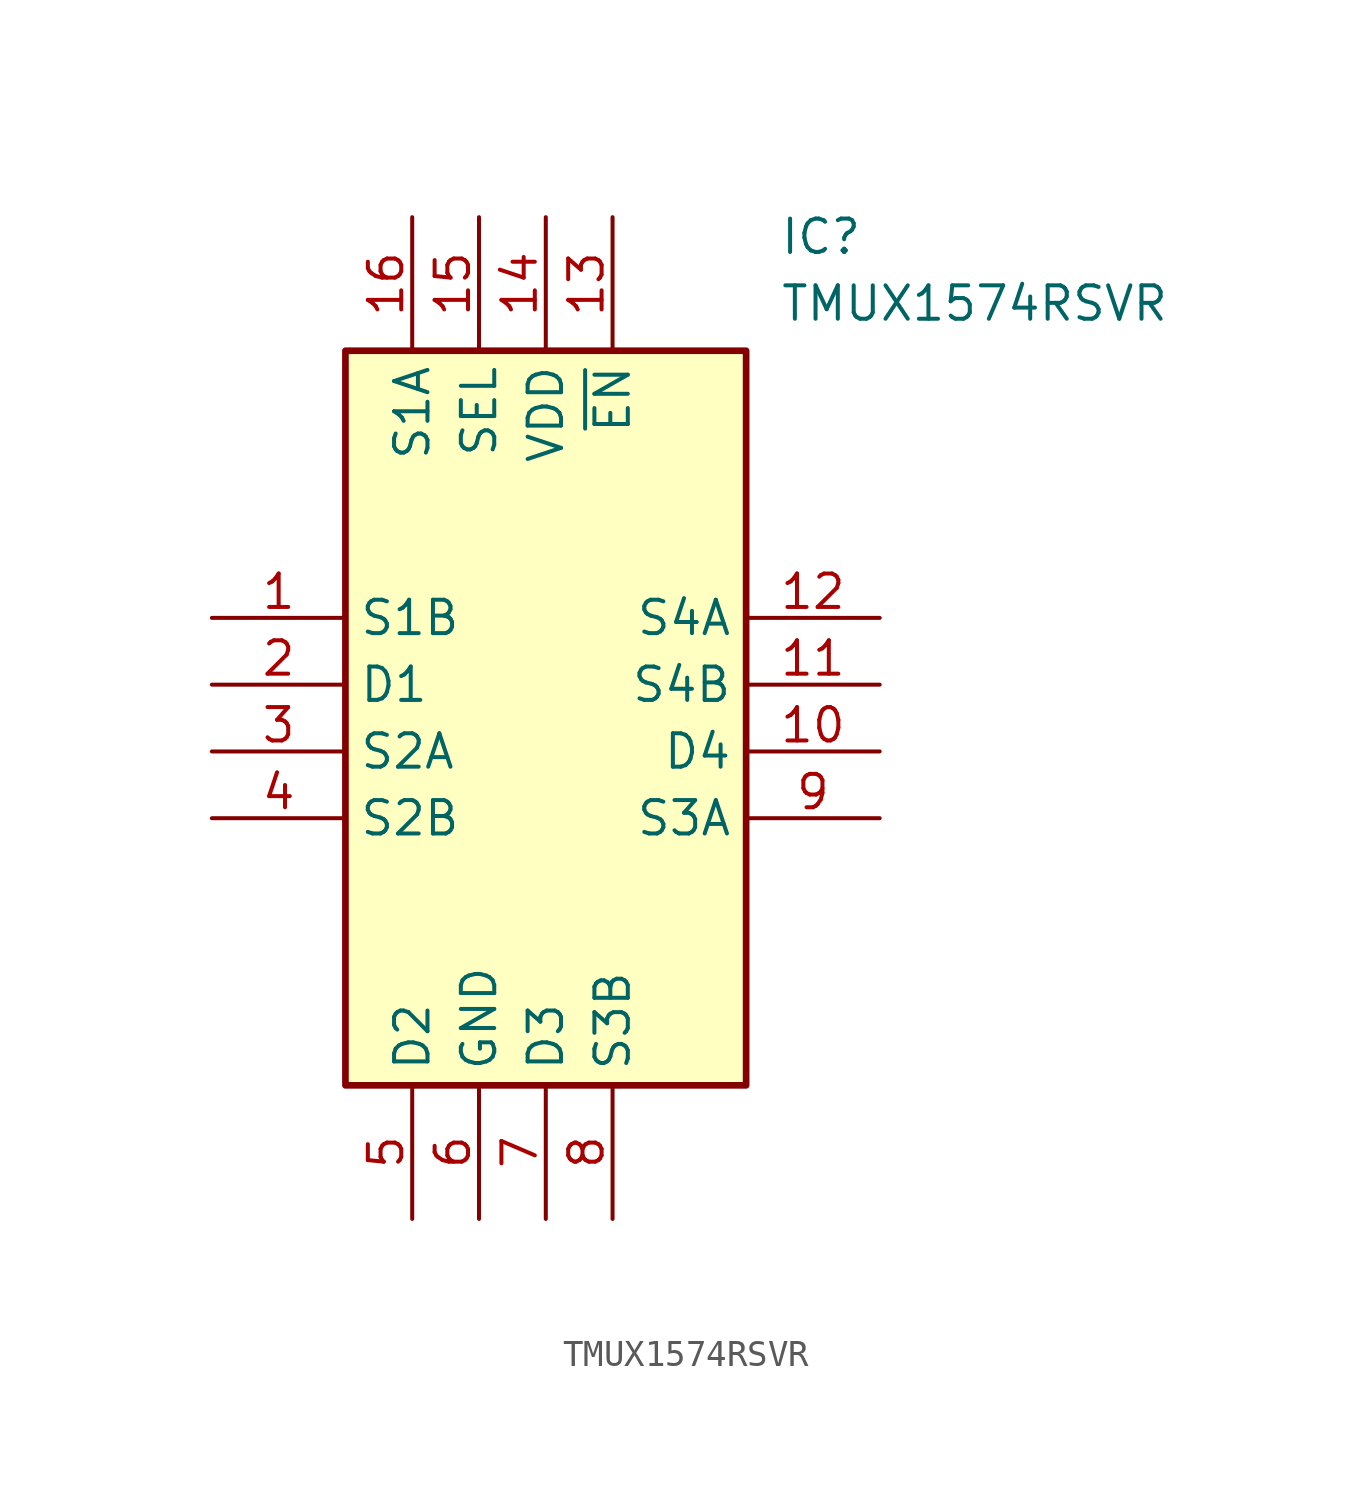
<source format=kicad_sym>
(kicad_symbol_lib
  (version 20211014)
  (generator SamacSys_ECAD_Model)
  (symbol "TMUX1574RSVR"
    (property "Reference" "IC"
      (at 21.59 15.24 0)
      (effects (font (size 1.27 1.27)) (justify left top)))
    (property "Value" "TMUX1574RSVR"
      (at 21.59 12.7 0)
      (effects (font (size 1.27 1.27)) (justify left top)))
    (rectangle
      (start 5.08 10.16)
      (end 20.32 -17.78)
      (stroke (width 0.254) (type default))
      (fill (type background)))
    (pin passive line
      (at 0 0 0)
      (length 5.08)
      (name "S1B" (effects (font (size 1.27 1.27))))
      (number "1" (effects (font (size 1.27 1.27)))))
    (pin passive line
      (at 0 -2.54 0)
      (length 5.08)
      (name "D1" (effects (font (size 1.27 1.27))))
      (number "2" (effects (font (size 1.27 1.27)))))
    (pin passive line
      (at 0 -5.08 0)
      (length 5.08)
      (name "S2A" (effects (font (size 1.27 1.27))))
      (number "3" (effects (font (size 1.27 1.27)))))
    (pin passive line
      (at 0 -7.62 0)
      (length 5.08)
      (name "S2B" (effects (font (size 1.27 1.27))))
      (number "4" (effects (font (size 1.27 1.27)))))
    (pin passive line
      (at 7.62 -22.86 90)
      (length 5.08)
      (name "D2" (effects (font (size 1.27 1.27))))
      (number "5" (effects (font (size 1.27 1.27)))))
    (pin passive line
      (at 10.16 -22.86 90)
      (length 5.08)
      (name "GND" (effects (font (size 1.27 1.27))))
      (number "6" (effects (font (size 1.27 1.27)))))
    (pin passive line
      (at 12.7 -22.86 90)
      (length 5.08)
      (name "D3" (effects (font (size 1.27 1.27))))
      (number "7" (effects (font (size 1.27 1.27)))))
    (pin passive line
      (at 15.24 -22.86 90)
      (length 5.08)
      (name "S3B" (effects (font (size 1.27 1.27))))
      (number "8" (effects (font (size 1.27 1.27)))))
    (pin passive line
      (at 25.4 0 180)
      (length 5.08)
      (name "S4A" (effects (font (size 1.27 1.27))))
      (number "12" (effects (font (size 1.27 1.27)))))
    (pin passive line
      (at 25.4 -2.54 180)
      (length 5.08)
      (name "S4B" (effects (font (size 1.27 1.27))))
      (number "11" (effects (font (size 1.27 1.27)))))
    (pin passive line
      (at 25.4 -5.08 180)
      (length 5.08)
      (name "D4" (effects (font (size 1.27 1.27))))
      (number "10" (effects (font (size 1.27 1.27)))))
    (pin passive line
      (at 25.4 -7.62 180)
      (length 5.08)
      (name "S3A" (effects (font (size 1.27 1.27))))
      (number "9" (effects (font (size 1.27 1.27)))))
    (pin passive line
      (at 7.62 15.24 270)
      (length 5.08)
      (name "S1A" (effects (font (size 1.27 1.27))))
      (number "16" (effects (font (size 1.27 1.27)))))
    (pin passive line
      (at 10.16 15.24 270)
      (length 5.08)
      (name "SEL" (effects (font (size 1.27 1.27))))
      (number "15" (effects (font (size 1.27 1.27)))))
    (pin passive line
      (at 12.7 15.24 270)
      (length 5.08)
      (name "VDD" (effects (font (size 1.27 1.27))))
      (number "14" (effects (font (size 1.27 1.27)))))
    (pin passive line
      (at 15.24 15.24 270)
      (length 5.08)
      (name "~{EN}" (effects (font (size 1.27 1.27))))
      (number "13" (effects (font (size 1.27 1.27)))))))
</source>
